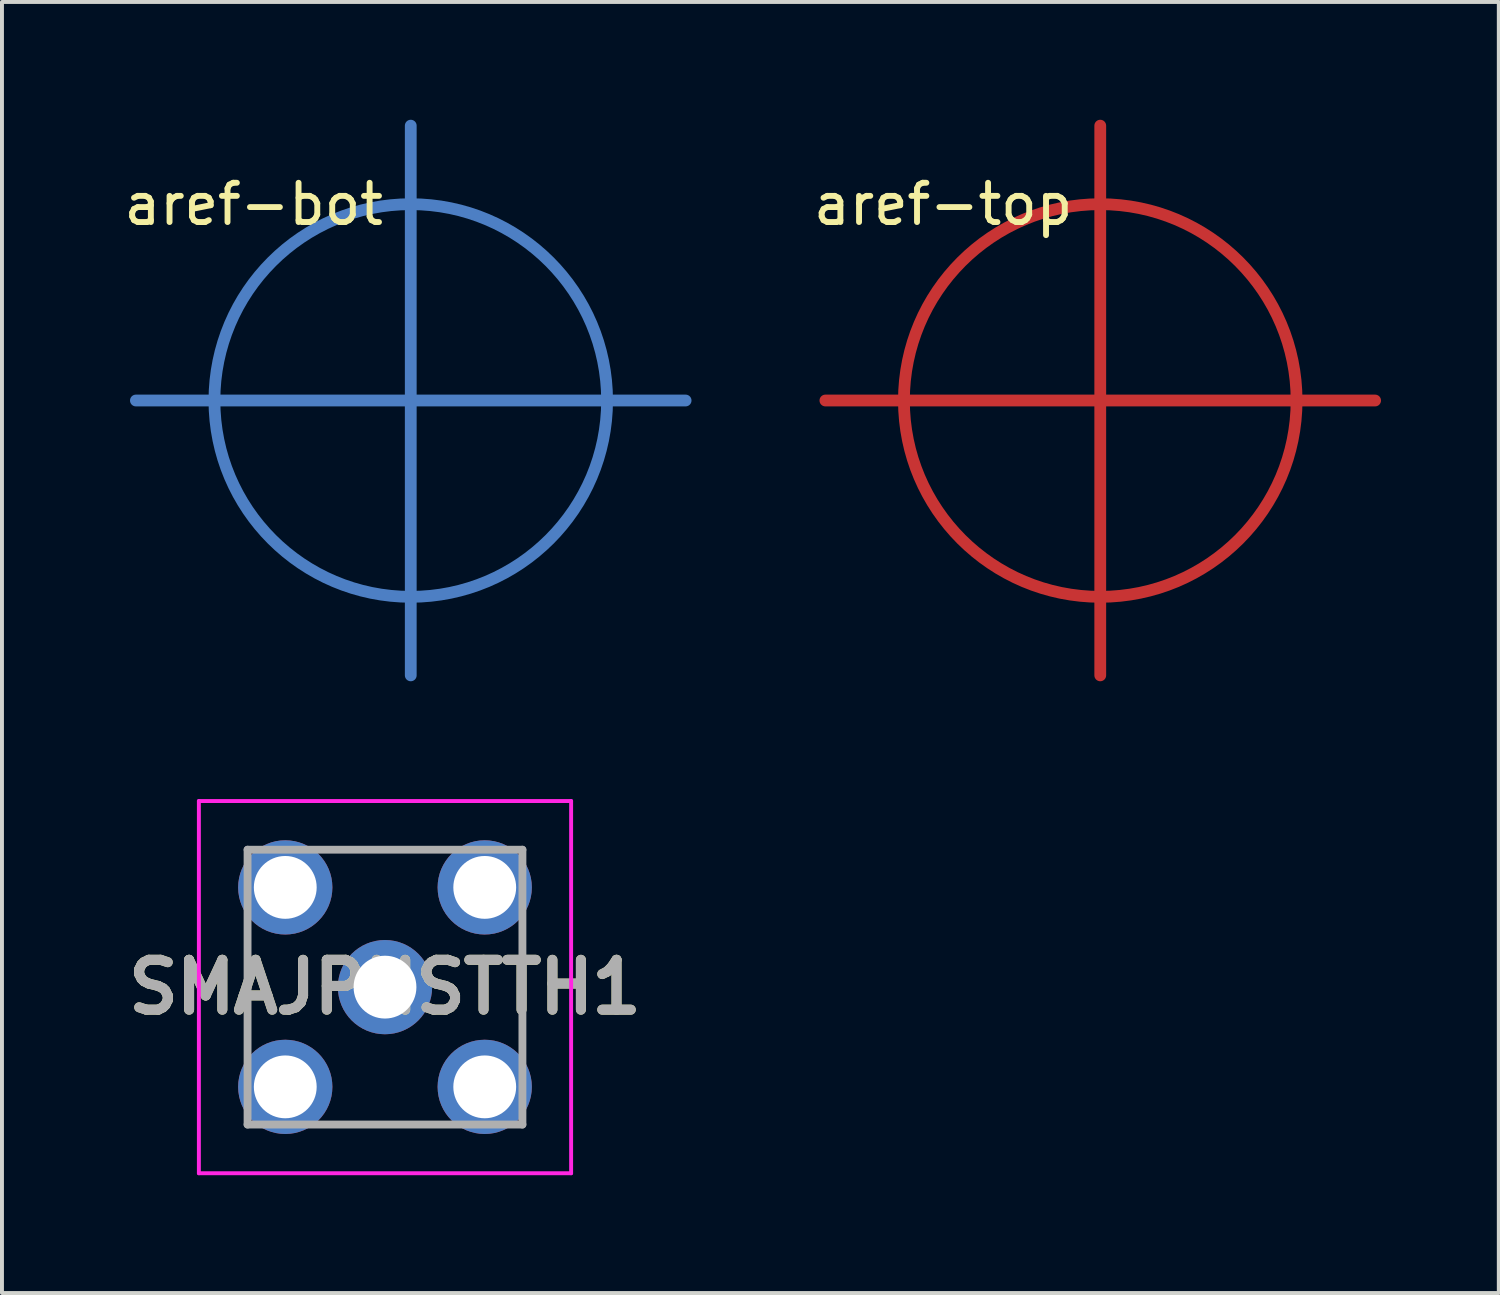
<source format=kicad_pcb>
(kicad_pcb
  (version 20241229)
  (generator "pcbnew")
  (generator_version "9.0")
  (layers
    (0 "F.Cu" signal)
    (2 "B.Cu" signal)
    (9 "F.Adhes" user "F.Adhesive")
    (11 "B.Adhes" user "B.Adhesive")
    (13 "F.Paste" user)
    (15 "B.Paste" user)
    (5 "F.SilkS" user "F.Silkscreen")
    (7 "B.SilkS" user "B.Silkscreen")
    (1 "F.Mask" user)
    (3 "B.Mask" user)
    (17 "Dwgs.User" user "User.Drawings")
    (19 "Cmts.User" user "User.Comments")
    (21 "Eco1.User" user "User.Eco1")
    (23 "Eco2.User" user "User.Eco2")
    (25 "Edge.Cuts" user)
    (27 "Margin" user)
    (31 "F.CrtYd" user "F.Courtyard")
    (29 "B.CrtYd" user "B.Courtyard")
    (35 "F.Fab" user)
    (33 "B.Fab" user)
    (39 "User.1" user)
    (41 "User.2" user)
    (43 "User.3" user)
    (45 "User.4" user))
  (footprint "SMAJPHSTTH1"
    (layer "F.Cu")
    (at 6.755 22.09)
    (property "Reference" "SMAJPHSTTH1" (at 0 0 0) (layer "F.SilkS") (effects (font (size 1.27 1.27) (thickness 0.254))))
    (attr through_hole)
    (fp_line (start -3.5 -1.5) (end -3.5 1.5) (stroke (width 0.1) (type solid)) (layer "F.SilkS"))
    (fp_line (start -1.5 -3.5) (end 1.5 -3.5) (stroke (width 0.1) (type solid)) (layer "F.SilkS"))
    (fp_line (start -1.5 3.5) (end 1.5 3.5) (stroke (width 0.1) (type solid)) (layer "F.SilkS"))
    (fp_line (start 3.5 -1.5) (end 3.5 1.5) (stroke (width 0.1) (type solid)) (layer "F.SilkS"))
    (fp_line (start -4.74 -4.74) (end 4.74 -4.74) (stroke (width 0.1) (type solid)) (layer "F.CrtYd"))
    (fp_line (start -4.74 4.74) (end -4.74 -4.74) (stroke (width 0.1) (type solid)) (layer "F.CrtYd"))
    (fp_line (start 4.74 -4.74) (end 4.74 4.74) (stroke (width 0.1) (type solid)) (layer "F.CrtYd"))
    (fp_line (start 4.74 4.74) (end -4.74 4.74) (stroke (width 0.1) (type solid)) (layer "F.CrtYd"))
    (fp_line (start -3.5 -3.5) (end 3.5 -3.5) (stroke (width 0.2) (type solid)) (layer "F.Fab"))
    (fp_line (start -3.5 3.5) (end -3.5 -3.5) (stroke (width 0.2) (type solid)) (layer "F.Fab"))
    (fp_line (start 3.5 -3.5) (end 3.5 3.5) (stroke (width 0.2) (type solid)) (layer "F.Fab"))
    (fp_line (start 3.5 3.5) (end -3.5 3.5) (stroke (width 0.2) (type solid)) (layer "F.Fab"))
    (fp_text user "${REFERENCE}" (at 0 0 0) (layer "F.Fab") (effects (font (size 1.27 1.27) (thickness 0.254))))
    (pad "1" thru_hole circle (at 0 0) (size 2.4 2.4) (drill 1.6) (layers "*.Cu" "*.Mask"))
    (pad "2" thru_hole circle (at -2.54 -2.54) (size 2.4 2.4) (drill 1.6) (layers "*.Cu" "*.Mask"))
    (pad "3" thru_hole circle (at -2.54 2.54) (size 2.4 2.4) (drill 1.6) (layers "*.Cu" "*.Mask"))
    (pad "4" thru_hole circle (at 2.54 2.54) (size 2.4 2.4) (drill 1.6) (layers "*.Cu" "*.Mask"))
    (pad "5" thru_hole circle (at 2.54 -2.54) (size 2.4 2.4) (drill 1.6) (layers "*.Cu" "*.Mask")))
  (footprint "aref-bot"
    (layer "F.Cu")
    (at 7.411 7.15)
    (property "Reference" "aref-bot" (at -4 -5 0) (unlocked yes) (layer "F.SilkS") (effects (font (size 1 1) (thickness 0.15))))
    (attr smd)
    (fp_line (start 0 -7) (end 0 7) (stroke (width 0.3) (type default)) (layer "B.Cu"))
    (fp_line (start 7 0) (end -7 0) (stroke (width 0.3) (type default)) (layer "B.Cu"))
    (fp_circle (center 0 0) (end 5 0) (stroke (width 0.3) (type default)) (fill no) (layer "B.Cu")))
  (footprint "aref-top"
    (layer "F.Cu")
    (at 24.971 7.15)
    (property "Reference" "aref-top" (at -4 -5 0) (unlocked yes) (layer "F.SilkS") (effects (font (size 1 1) (thickness 0.15))))
    (attr smd)
    (fp_line (start 0 -7) (end 0 7) (stroke (width 0.3) (type default)) (layer "F.Cu"))
    (fp_line (start 7 0) (end -7 0) (stroke (width 0.3) (type default)) (layer "F.Cu"))
    (fp_circle (center 0 0) (end 5 0) (stroke (width 0.3) (type default)) (fill no) (layer "F.Cu")))
  (gr_rect
    (start -3 -3)
    (end 35.121 29.88)
    (stroke (width 0.1) (type default))
    (fill no)
    (layer "Edge.Cuts")))
</source>
